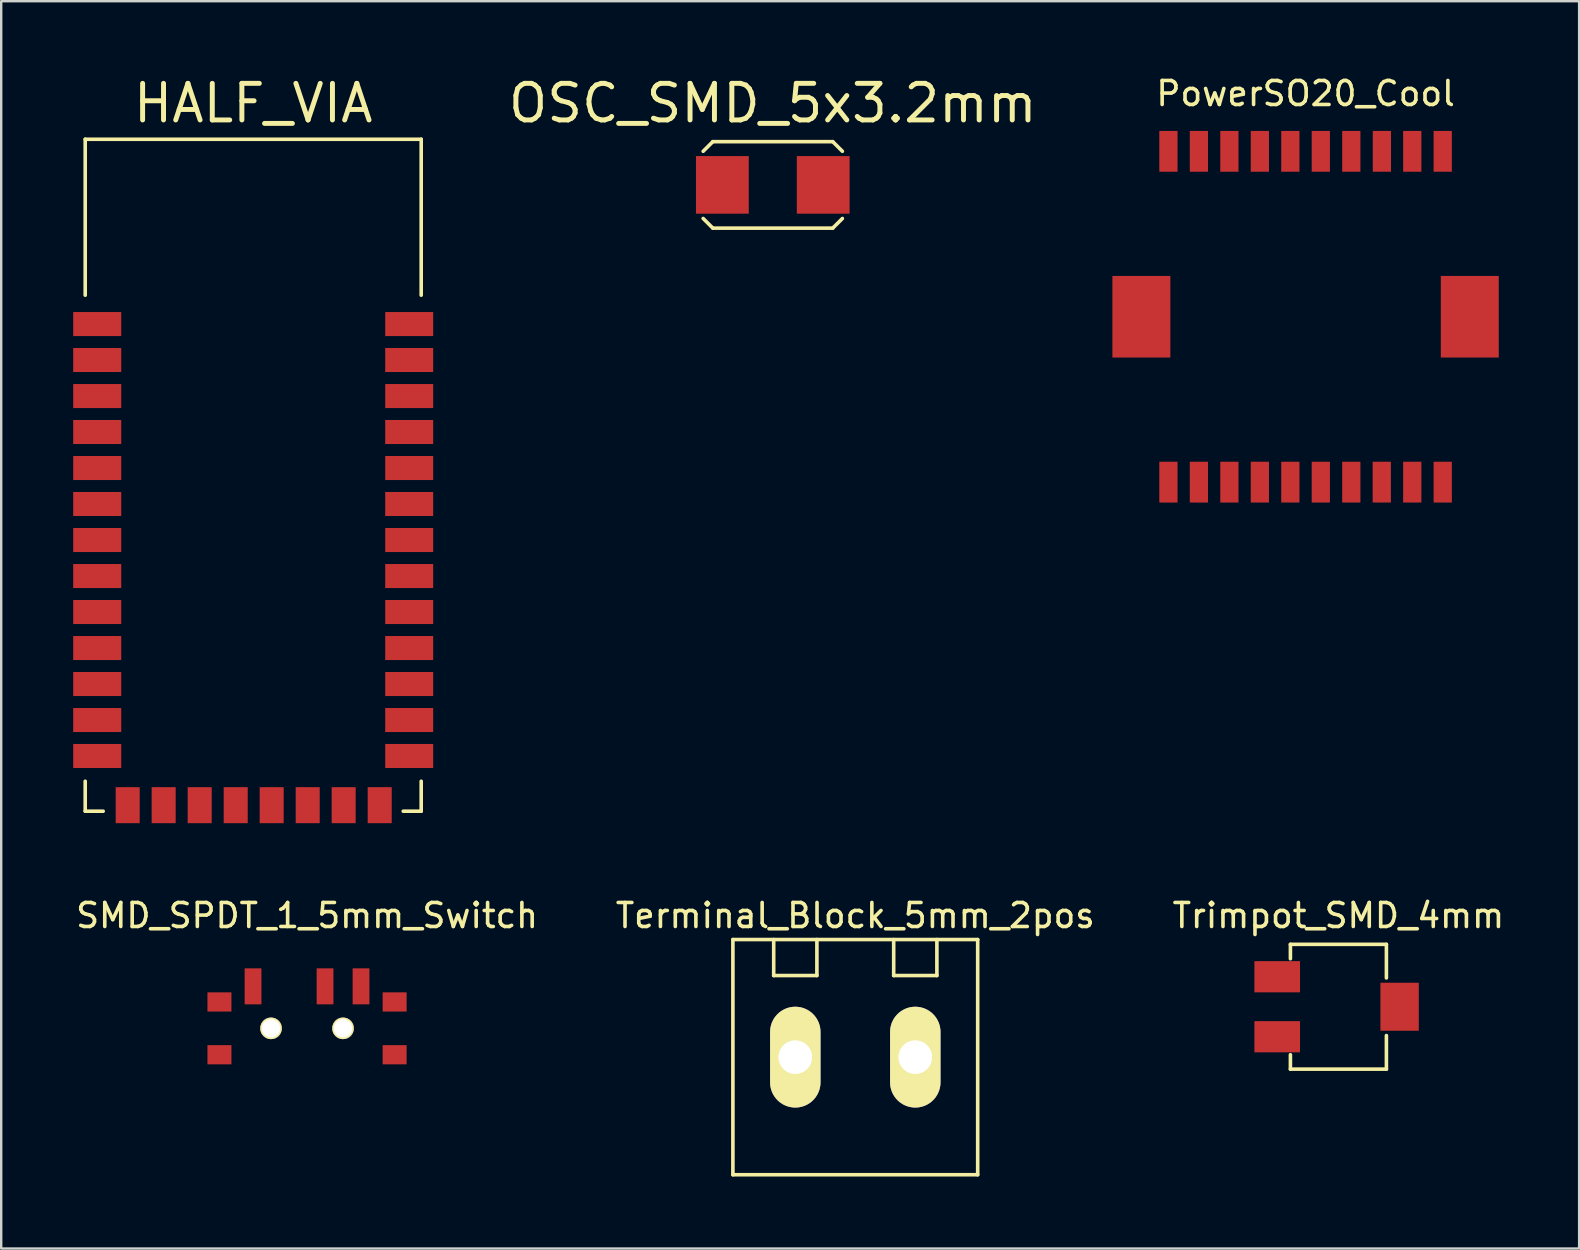
<source format=kicad_pcb>
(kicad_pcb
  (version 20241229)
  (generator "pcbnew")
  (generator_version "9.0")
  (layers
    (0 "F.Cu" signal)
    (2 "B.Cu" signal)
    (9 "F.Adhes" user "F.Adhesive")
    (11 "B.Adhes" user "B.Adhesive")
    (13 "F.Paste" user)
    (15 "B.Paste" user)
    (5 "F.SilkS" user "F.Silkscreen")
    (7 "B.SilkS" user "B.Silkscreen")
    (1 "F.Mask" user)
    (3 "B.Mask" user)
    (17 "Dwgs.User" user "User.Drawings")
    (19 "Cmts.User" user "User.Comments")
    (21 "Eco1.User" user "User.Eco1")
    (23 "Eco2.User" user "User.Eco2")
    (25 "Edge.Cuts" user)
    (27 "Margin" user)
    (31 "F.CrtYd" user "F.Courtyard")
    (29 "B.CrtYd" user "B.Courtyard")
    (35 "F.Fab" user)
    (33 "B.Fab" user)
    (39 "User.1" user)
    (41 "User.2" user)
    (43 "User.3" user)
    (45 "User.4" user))
  (footprint "HALF_VIA"
    (layer "F.Cu")
    (at 7.501 16.752)
    (property "Reference" "HALF_VIA" (at 0 -15.499 0) (layer "F.SilkS") (effects (font (size 1.524 1.524) (thickness 0.206))))
    (attr through_hole)
    (fp_line (start -7 -14) (end 7 -14) (stroke (width 0.15) (type solid)) (layer "F.SilkS"))
    (fp_line (start -7 -7.501) (end -7 -14) (stroke (width 0.15) (type solid)) (layer "F.SilkS"))
    (fp_line (start -7 12.751) (end -7 14) (stroke (width 0.15) (type solid)) (layer "F.SilkS"))
    (fp_line (start -7 14) (end -6.251 14) (stroke (width 0.15) (type solid)) (layer "F.SilkS"))
    (fp_line (start 7 -14) (end 7 -7.501) (stroke (width 0.15) (type solid)) (layer "F.SilkS"))
    (fp_line (start 7 12.751) (end 7 14) (stroke (width 0.15) (type solid)) (layer "F.SilkS"))
    (fp_line (start 7 14) (end 6.251 14) (stroke (width 0.15) (type solid)) (layer "F.SilkS"))
    (pad "1" smd rect (at -6.5 -6.299) (size 2.002 1.001) (layers "F.Cu" "F.Mask" "F.Paste"))
    (pad "2" smd rect (at -6.5 -4.801) (size 2.002 1.001) (layers "F.Cu" "F.Mask" "F.Paste"))
    (pad "3" smd rect (at -6.5 -3.299) (size 2.002 1.001) (layers "F.Cu" "F.Mask" "F.Paste"))
    (pad "4" smd rect (at -6.5 -1.801) (size 2.002 1.001) (layers "F.Cu" "F.Mask" "F.Paste"))
    (pad "5" smd rect (at -6.5 -0.3) (size 2.002 1.001) (layers "F.Cu" "F.Mask" "F.Paste"))
    (pad "6" smd rect (at -6.5 1.199) (size 2.002 1.001) (layers "F.Cu" "F.Mask" "F.Paste"))
    (pad "7" smd rect (at -6.5 2.7) (size 2.002 1.001) (layers "F.Cu" "F.Mask" "F.Paste"))
    (pad "8" smd rect (at -6.5 4.201) (size 2.002 1.001) (layers "F.Cu" "F.Mask" "F.Paste"))
    (pad "9" smd rect (at -6.5 5.7) (size 2.002 1.001) (layers "F.Cu" "F.Mask" "F.Paste"))
    (pad "10" smd rect (at -6.5 7.201) (size 2.002 1.001) (layers "F.Cu" "F.Mask" "F.Paste"))
    (pad "11" smd rect (at -6.5 8.7) (size 2.002 1.001) (layers "F.Cu" "F.Mask" "F.Paste"))
    (pad "12" smd rect (at -6.5 10.201) (size 2.002 1.001) (layers "F.Cu" "F.Mask" "F.Paste"))
    (pad "13" smd rect (at -6.5 11.699) (size 2.002 1.001) (layers "F.Cu" "F.Mask" "F.Paste"))
    (pad "14" smd rect (at -5.23 13.749) (size 1.001 1.501) (layers "F.Cu" "F.Mask" "F.Paste"))
    (pad "15" smd rect (at -3.731 13.749) (size 1.001 1.501) (layers "F.Cu" "F.Mask" "F.Paste"))
    (pad "16" smd rect (at -2.23 13.749) (size 1.001 1.501) (layers "F.Cu" "F.Mask" "F.Paste"))
    (pad "17" smd rect (at -0.729 13.749) (size 1.001 1.501) (layers "F.Cu" "F.Mask" "F.Paste"))
    (pad "18" smd rect (at 0.77 13.749) (size 1.001 1.501) (layers "F.Cu" "F.Mask" "F.Paste"))
    (pad "19" smd rect (at 2.271 13.749) (size 1.001 1.501) (layers "F.Cu" "F.Mask" "F.Paste"))
    (pad "20" smd rect (at 3.769 13.749) (size 1.001 1.501) (layers "F.Cu" "F.Mask" "F.Paste"))
    (pad "21" smd rect (at 5.271 13.749) (size 1.001 1.501) (layers "F.Cu" "F.Mask" "F.Paste"))
    (pad "22" smd rect (at 6.5 11.699) (size 1.999 1.001) (layers "F.Cu" "F.Mask" "F.Paste"))
    (pad "23" smd rect (at 6.5 10.201) (size 1.999 1.001) (layers "F.Cu" "F.Mask" "F.Paste"))
    (pad "24" smd rect (at 6.5 8.7) (size 1.999 1.001) (layers "F.Cu" "F.Mask" "F.Paste"))
    (pad "25" smd rect (at 6.5 7.201) (size 1.999 1.001) (layers "F.Cu" "F.Mask" "F.Paste"))
    (pad "26" smd rect (at 6.5 5.7) (size 1.999 1.001) (layers "F.Cu" "F.Mask" "F.Paste"))
    (pad "27" smd rect (at 6.5 4.201) (size 1.999 1.001) (layers "F.Cu" "F.Mask" "F.Paste"))
    (pad "28" smd rect (at 6.5 2.7) (size 1.999 1.001) (layers "F.Cu" "F.Mask" "F.Paste"))
    (pad "29" smd rect (at 6.5 1.199) (size 1.999 1.001) (layers "F.Cu" "F.Mask" "F.Paste"))
    (pad "30" smd rect (at 6.5 -0.3) (size 1.999 1.001) (layers "F.Cu" "F.Mask" "F.Paste"))
    (pad "31" smd rect (at 6.5 -1.801) (size 1.999 1.001) (layers "F.Cu" "F.Mask" "F.Paste"))
    (pad "32" smd rect (at 6.5 -3.299) (size 1.999 1.001) (layers "F.Cu" "F.Mask" "F.Paste"))
    (pad "33" smd rect (at 6.5 -4.801) (size 1.999 1.001) (layers "F.Cu" "F.Mask" "F.Paste"))
    (pad "34" smd rect (at 6.5 -6.299) (size 1.999 1.001) (layers "F.Cu" "F.Mask" "F.Paste")))
  (footprint "OSC_SMD_5x3.2mm"
    (layer "F.Cu")
    (at 29.151 4.654)
    (property "Reference" "OSC_SMD_5x3.2mm" (at 0 -3.401 0) (layer "F.SilkS") (effects (font (size 1.524 1.524) (thickness 0.206))))
    (attr through_hole)
    (fp_line (start -2.499 -1.801) (end -2.901 -1.4) (stroke (width 0.15) (type solid)) (layer "F.SilkS"))
    (fp_line (start -2.499 1.801) (end -2.901 1.4) (stroke (width 0.15) (type solid)) (layer "F.SilkS"))
    (fp_line (start 2.499 -1.801) (end -2.499 -1.801) (stroke (width 0.15) (type solid)) (layer "F.SilkS"))
    (fp_line (start 2.499 -1.801) (end 2.901 -1.4) (stroke (width 0.15) (type solid)) (layer "F.SilkS"))
    (fp_line (start 2.499 1.801) (end -2.499 1.801) (stroke (width 0.15) (type solid)) (layer "F.SilkS"))
    (fp_line (start 2.499 1.801) (end 2.901 1.4) (stroke (width 0.15) (type solid)) (layer "F.SilkS"))
    (pad "1" smd rect (at 2.101 0) (size 2.2 2.4) (layers "F.Cu" "F.Mask" "F.Paste"))
    (pad "2" smd rect (at -2.101 0) (size 2.2 2.4) (layers "F.Cu" "F.Mask" "F.Paste")))
  (footprint "PowerSO20_Cool"
    (layer "F.Cu")
    (at 51.352 10.148)
    (property "Reference" "PowerSO20_Cool" (at 0 -9.3 0) (layer "F.SilkS") (effects (font (size 1 1) (thickness 0.15))))
    (attr through_hole)
    (pad "1" smd rect (at -6.095 7.742) (size 0.76 1.7) (drill (offset 0.38 -0.85)) (layers "F.Cu" "F.Mask" "F.Paste"))
    (pad "2" smd rect (at -4.825 7.742) (size 0.76 1.7) (drill (offset 0.38 -0.85)) (layers "F.Cu" "F.Mask" "F.Paste"))
    (pad "3" smd rect (at -3.555 7.742) (size 0.76 1.7) (drill (offset 0.38 -0.85)) (layers "F.Cu" "F.Mask" "F.Paste"))
    (pad "4" smd rect (at -2.285 7.742) (size 0.76 1.7) (drill (offset 0.38 -0.85)) (layers "F.Cu" "F.Mask" "F.Paste"))
    (pad "5" smd rect (at -1.015 7.742) (size 0.76 1.7) (drill (offset 0.38 -0.85)) (layers "F.Cu" "F.Mask" "F.Paste"))
    (pad "6" smd rect (at 0.255 7.742) (size 0.76 1.7) (drill (offset 0.38 -0.85)) (layers "F.Cu" "F.Mask" "F.Paste"))
    (pad "7" smd rect (at 1.525 7.742) (size 0.76 1.7) (drill (offset 0.38 -0.85)) (layers "F.Cu" "F.Mask" "F.Paste"))
    (pad "8" smd rect (at 2.795 7.742) (size 0.76 1.7) (drill (offset 0.38 -0.85)) (layers "F.Cu" "F.Mask" "F.Paste"))
    (pad "9" smd rect (at 4.065 7.742) (size 0.76 1.7) (drill (offset 0.38 -0.85)) (layers "F.Cu" "F.Mask" "F.Paste"))
    (pad "10" smd rect (at 5.335 7.742) (size 0.76 1.7) (drill (offset 0.38 -0.85)) (layers "F.Cu" "F.Mask" "F.Paste"))
    (pad "11" smd rect (at 5.335 -7.742) (size 0.76 1.7) (drill (offset 0.38 0.85)) (layers "F.Cu" "F.Mask" "F.Paste"))
    (pad "12" smd rect (at 4.065 -7.742) (size 0.76 1.7) (drill (offset 0.38 0.85)) (layers "F.Cu" "F.Mask" "F.Paste"))
    (pad "13" smd rect (at 2.8 -7.742) (size 0.76 1.7) (drill (offset 0.38 0.85)) (layers "F.Cu" "F.Mask" "F.Paste"))
    (pad "14" smd rect (at 1.525 -7.742) (size 0.76 1.7) (drill (offset 0.38 0.85)) (layers "F.Cu" "F.Mask" "F.Paste"))
    (pad "15" smd rect (at 0.255 -7.742) (size 0.76 1.7) (drill (offset 0.38 0.85)) (layers "F.Cu" "F.Mask" "F.Paste"))
    (pad "16" smd rect (at -1.015 -7.742) (size 0.76 1.7) (drill (offset 0.38 0.85)) (layers "F.Cu" "F.Mask" "F.Paste"))
    (pad "17" smd rect (at -2.285 -7.742) (size 0.76 1.7) (drill (offset 0.38 0.85)) (layers "F.Cu" "F.Mask" "F.Paste"))
    (pad "18" smd rect (at -3.555 -7.742) (size 0.76 1.7) (drill (offset 0.38 0.85)) (layers "F.Cu" "F.Mask" "F.Paste"))
    (pad "19" smd rect (at -4.825 -7.742) (size 0.76 1.7) (drill (offset 0.38 0.85)) (layers "F.Cu" "F.Mask" "F.Paste"))
    (pad "20" smd rect (at -6.095 -7.742) (size 0.76 1.7) (drill (offset 0.38 0.85)) (layers "F.Cu" "F.Mask" "F.Paste"))
    (pad "P" smd rect (at -8.05 0) (size 2.415 3.4) (drill (offset 1.208 0)) (layers "F.Cu" "F.Mask" "F.Paste"))
    (pad "P" smd rect (at 8.05 0) (size 2.415 3.4) (drill (offset -1.208 0)) (layers "F.Cu" "F.Mask" "F.Paste")))
  (footprint "Terminal_Block_5mm_2pos"
    (layer "F.Cu")
    (at 32.589 41)
    (property "Reference" "Terminal_Block_5mm_2pos" (at 0 -5.9 0) (layer "F.SilkS") (effects (font (size 1 1) (thickness 0.15))))
    (attr through_hole)
    (fp_line (start -5.1 -4.9) (end 5.1 -4.9) (stroke (width 0.15) (type solid)) (layer "F.SilkS"))
    (fp_line (start -5.1 4.9) (end -5.1 -4.9) (stroke (width 0.15) (type solid)) (layer "F.SilkS"))
    (fp_line (start -3.4 -4.9) (end -3.4 -3.4) (stroke (width 0.15) (type solid)) (layer "F.SilkS"))
    (fp_line (start -3.4 -3.4) (end -1.6 -3.4) (stroke (width 0.15) (type solid)) (layer "F.SilkS"))
    (fp_line (start -1.6 -3.4) (end -1.6 -4.9) (stroke (width 0.15) (type solid)) (layer "F.SilkS"))
    (fp_line (start 1.6 -4.9) (end 1.6 -3.4) (stroke (width 0.15) (type solid)) (layer "F.SilkS"))
    (fp_line (start 1.6 -3.4) (end 3.4 -3.4) (stroke (width 0.15) (type solid)) (layer "F.SilkS"))
    (fp_line (start 3.4 -3.4) (end 3.4 -4.9) (stroke (width 0.15) (type solid)) (layer "F.SilkS"))
    (fp_line (start 5.1 -4.9) (end 5.1 4.9) (stroke (width 0.15) (type solid)) (layer "F.SilkS"))
    (fp_line (start 5.1 4.9) (end -5.1 4.9) (stroke (width 0.15) (type solid)) (layer "F.SilkS"))
    (pad "1" thru_hole oval (at -2.5 0) (size 2.1 4.2) (drill 1.4) (layers "*.Cu" "*.Mask" "F.SilkS"))
    (pad "2" thru_hole oval (at 2.5 0) (size 2.1 4.2) (drill 1.4) (layers "*.Cu" "*.Mask" "F.SilkS")))
  (footprint "Trimpot_SMD_4mm"
    (layer "F.Cu")
    (at 52.72 38.9)
    (property "Reference" "Trimpot_SMD_4mm" (at 0 -3.8 0) (layer "F.SilkS") (effects (font (size 1 1) (thickness 0.15))))
    (attr through_hole)
    (fp_line (start -2 -2.6) (end 2 -2.6) (stroke (width 0.15) (type solid)) (layer "F.SilkS"))
    (fp_line (start -2 -2) (end -2 -2.6) (stroke (width 0.15) (type solid)) (layer "F.SilkS"))
    (fp_line (start -2 2.6) (end -2 2) (stroke (width 0.15) (type solid)) (layer "F.SilkS"))
    (fp_line (start 2 -2.6) (end 2 -1.2) (stroke (width 0.15) (type solid)) (layer "F.SilkS"))
    (fp_line (start 2 1.2) (end 2 2.6) (stroke (width 0.15) (type solid)) (layer "F.SilkS"))
    (fp_line (start 2 2.6) (end -2 2.6) (stroke (width 0.15) (type solid)) (layer "F.SilkS"))
    (pad "1" smd rect (at -2.55 -1.25) (size 1.9 1.3) (layers "F.Cu" "F.Mask" "F.Paste"))
    (pad "2" smd rect (at 2.55 0) (size 1.6 2) (layers "F.Cu" "F.Mask" "F.Paste"))
    (pad "3" smd rect (at -2.55 1.25) (size 1.9 1.3) (layers "F.Cu" "F.Mask" "F.Paste")))
  (footprint "SMD_SPDT_1_5mm_Switch"
    (layer "F.Cu")
    (at 9.744 39.8)
    (property "Reference" "SMD_SPDT_1_5mm_Switch" (at 0 -4.7 0) (layer "F.SilkS") (effects (font (size 1 1) (thickness 0.15))))
    (attr through_hole)
    (pad "" np_thru_hole circle (at -1.5 0) (size 0.9 0.9) (drill 0.762) (layers "*.Cu" "*.Mask" "F.SilkS"))
    (pad "" np_thru_hole circle (at 1.5 0) (size 0.9 0.9) (drill 0.762) (layers "*.Cu" "*.Mask" "F.SilkS"))
    (pad "1" smd rect (at 2.25 -1.75) (size 0.7 1.5) (layers "F.Cu" "F.Mask" "F.Paste"))
    (pad "2" smd rect (at 0.75 -1.75) (size 0.7 1.5) (layers "F.Cu" "F.Mask" "F.Paste"))
    (pad "3" smd rect (at -2.25 -1.75) (size 0.7 1.5) (layers "F.Cu" "F.Mask" "F.Paste"))
    (pad "4" smd rect (at -3.65 -1.1) (size 1 0.8) (layers "F.Cu" "F.Mask" "F.Paste"))
    (pad "5" smd rect (at -3.65 1.1) (size 1 0.8) (layers "F.Cu" "F.Mask" "F.Paste"))
    (pad "6" smd rect (at 3.65 1.1) (size 1 0.8) (layers "F.Cu" "F.Mask" "F.Paste"))
    (pad "7" smd rect (at 3.65 -1.1) (size 1 0.8) (layers "F.Cu" "F.Mask" "F.Paste")))
  (gr_rect
    (start -3 -3)
    (end 62.75 48.975)
    (stroke (width 0.1) (type default))
    (fill no)
    (layer "Edge.Cuts")))
</source>
